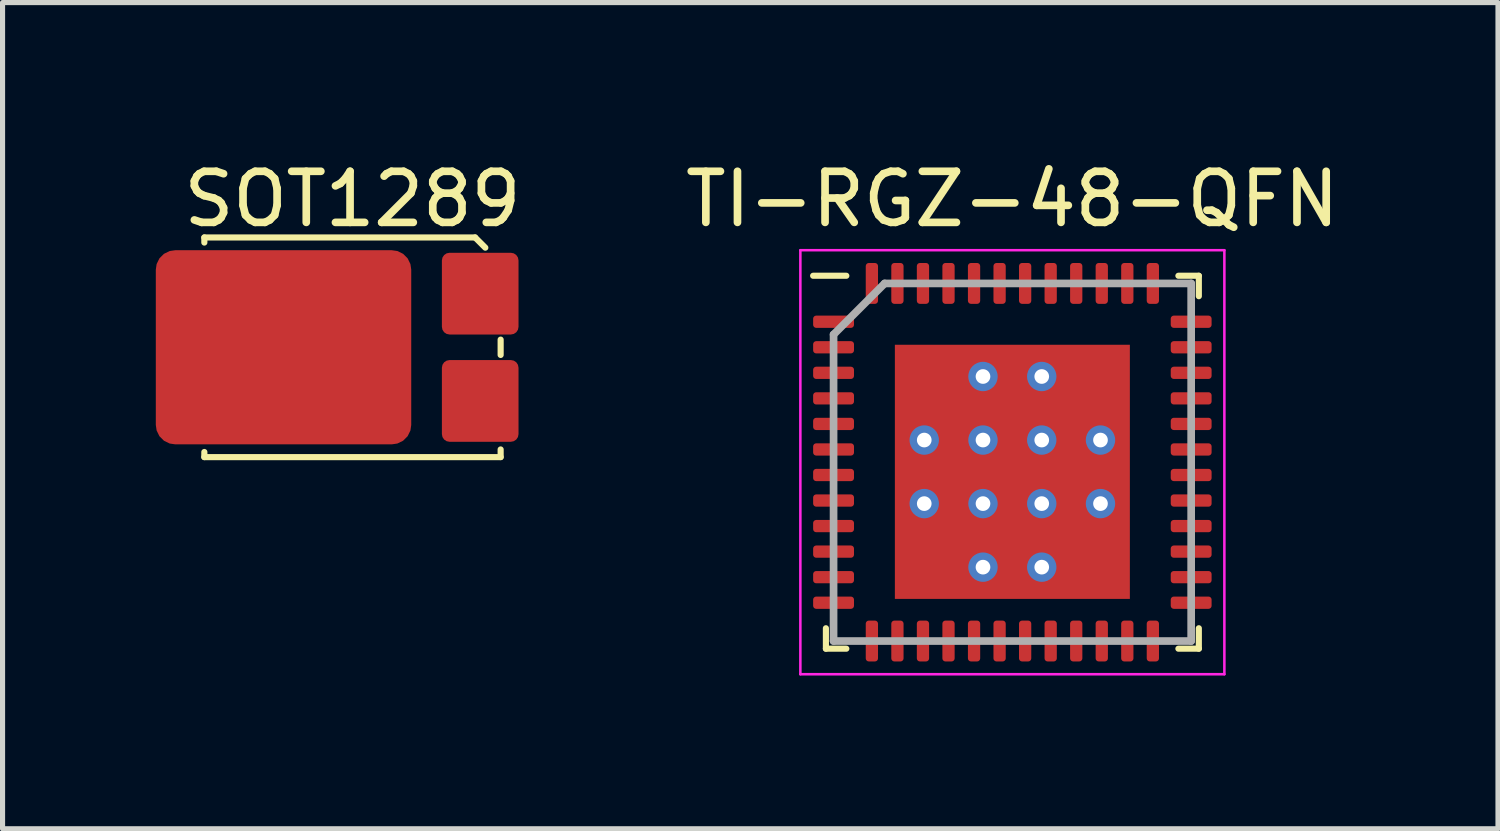
<source format=kicad_pcb>
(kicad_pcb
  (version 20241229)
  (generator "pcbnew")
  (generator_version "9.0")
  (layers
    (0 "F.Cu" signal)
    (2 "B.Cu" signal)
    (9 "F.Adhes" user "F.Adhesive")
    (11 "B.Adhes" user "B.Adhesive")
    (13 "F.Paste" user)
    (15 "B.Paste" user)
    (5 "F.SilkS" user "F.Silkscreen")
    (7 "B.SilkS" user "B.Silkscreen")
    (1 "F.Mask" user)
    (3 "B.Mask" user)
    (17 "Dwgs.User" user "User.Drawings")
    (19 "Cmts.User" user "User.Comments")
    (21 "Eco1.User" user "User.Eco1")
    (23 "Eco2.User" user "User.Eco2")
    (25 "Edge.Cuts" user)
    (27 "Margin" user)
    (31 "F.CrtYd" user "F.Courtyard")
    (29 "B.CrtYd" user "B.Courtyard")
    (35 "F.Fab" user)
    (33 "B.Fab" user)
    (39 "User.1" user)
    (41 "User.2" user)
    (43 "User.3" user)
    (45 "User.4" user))
  (footprint "SOT1289"
    (layer "F.Cu")
    (at 3.85 3.748)
    (property "Reference" "SOT1289" (at 0 -2.9 0) (layer "F.SilkS") (effects (font (size 1 1) (thickness 0.15))))
    (attr through_hole)
    (fp_line (start -2.9 -2.15) (end -2.9 -2.05) (stroke (width 0.12) (type solid)) (layer "F.SilkS"))
    (fp_line (start -2.9 -2.15) (end 2.4 -2.15) (stroke (width 0.12) (type solid)) (layer "F.SilkS"))
    (fp_line (start -2.9 2.15) (end -2.9 2.05) (stroke (width 0.12) (type solid)) (layer "F.SilkS"))
    (fp_line (start -2.9 2.15) (end 2.9 2.15) (stroke (width 0.12) (type solid)) (layer "F.SilkS"))
    (fp_line (start 2.4 -2.15) (end 2.6 -1.95) (stroke (width 0.12) (type solid)) (layer "F.SilkS"))
    (fp_line (start 2.9 0.15) (end 2.9 -0.15) (stroke (width 0.12) (type solid)) (layer "F.SilkS"))
    (fp_line (start 2.9 2.15) (end 2.9 2) (stroke (width 0.12) (type solid)) (layer "F.SilkS"))
    (pad "1" smd roundrect (at 2.5 -1.05) (size 1.5 1.6) (layers "F.Cu" "F.Mask" "F.Paste") (roundrect_rratio 0.1))
    (pad "2" smd roundrect (at 2.5 1.05) (size 1.5 1.6) (layers "F.Cu" "F.Mask" "F.Paste") (roundrect_rratio 0.1))
    (pad "3" smd roundrect (at -1.35 0) (size 5 3.8) (layers "F.Cu" "F.Mask" "F.Paste") (roundrect_rratio 0.1)))
  (footprint "TI-RGZ-48-QFN"
    (layer "F.Cu")
    (at 16.767 5.998)
    (property "Reference" "TI-RGZ-48-QFN" (at 0 -5.15 0) (layer "F.SilkS") (effects (font (size 1 1) (thickness 0.15))))
    (attr smd)
    (fp_line (start -3.65 3.65) (end -3.65 3.25) (stroke (width 0.12) (type solid)) (layer "F.SilkS"))
    (fp_line (start -3.25 -3.65) (end -3.9 -3.65) (stroke (width 0.12) (type solid)) (layer "F.SilkS"))
    (fp_line (start -3.25 3.65) (end -3.65 3.65) (stroke (width 0.12) (type solid)) (layer "F.SilkS"))
    (fp_line (start 3.25 -3.65) (end 3.65 -3.65) (stroke (width 0.12) (type solid)) (layer "F.SilkS"))
    (fp_line (start 3.25 3.65) (end 3.65 3.65) (stroke (width 0.12) (type solid)) (layer "F.SilkS"))
    (fp_line (start 3.65 -3.65) (end 3.65 -3.25) (stroke (width 0.12) (type solid)) (layer "F.SilkS"))
    (fp_line (start 3.65 3.65) (end 3.65 3.25) (stroke (width 0.12) (type solid)) (layer "F.SilkS"))
    (fp_line (start -4.15 -4.15) (end 4.15 -4.15) (stroke (width 0.05) (type solid)) (layer "F.CrtYd"))
    (fp_line (start -4.15 4.15) (end -4.15 -4.15) (stroke (width 0.05) (type solid)) (layer "F.CrtYd"))
    (fp_line (start 4.15 -4.15) (end 4.15 4.15) (stroke (width 0.05) (type solid)) (layer "F.CrtYd"))
    (fp_line (start 4.15 4.15) (end -4.15 4.15) (stroke (width 0.05) (type solid)) (layer "F.CrtYd"))
    (fp_line (start -3.5 -2.5) (end -3.5 3.5) (stroke (width 0.15) (type solid)) (layer "F.Fab"))
    (fp_line (start -3.5 3.5) (end 3.5 3.5) (stroke (width 0.15) (type solid)) (layer "F.Fab"))
    (fp_line (start -2.5 -3.5) (end -3.5 -2.5) (stroke (width 0.15) (type solid)) (layer "F.Fab"))
    (fp_line (start 3.5 -3.5) (end -2.5 -3.5) (stroke (width 0.15) (type solid)) (layer "F.Fab"))
    (fp_line (start 3.5 3.5) (end 3.5 -3.5) (stroke (width 0.15) (type solid)) (layer "F.Fab"))
    (pad "1" smd roundrect (at -3.5 -2.75 90) (size 0.24 0.8) (layers "F.Cu" "F.Mask" "F.Paste") (roundrect_rratio 0.25))
    (pad "2" smd roundrect (at -3.5 -2.25 90) (size 0.24 0.8) (layers "F.Cu" "F.Mask" "F.Paste") (roundrect_rratio 0.25))
    (pad "3" smd roundrect (at -3.5 -1.75 90) (size 0.24 0.8) (layers "F.Cu" "F.Mask" "F.Paste") (roundrect_rratio 0.25))
    (pad "4" smd roundrect (at -3.5 -1.25 90) (size 0.24 0.8) (layers "F.Cu" "F.Mask" "F.Paste") (roundrect_rratio 0.25))
    (pad "5" smd roundrect (at -3.5 -0.75 90) (size 0.24 0.8) (layers "F.Cu" "F.Mask" "F.Paste") (roundrect_rratio 0.25))
    (pad "6" smd roundrect (at -3.5 -0.25 90) (size 0.24 0.8) (layers "F.Cu" "F.Mask" "F.Paste") (roundrect_rratio 0.25))
    (pad "7" smd roundrect (at -3.5 0.25 90) (size 0.24 0.8) (layers "F.Cu" "F.Mask" "F.Paste") (roundrect_rratio 0.25))
    (pad "8" smd roundrect (at -3.5 0.75 90) (size 0.24 0.8) (layers "F.Cu" "F.Mask" "F.Paste") (roundrect_rratio 0.25))
    (pad "9" smd roundrect (at -3.5 1.25 90) (size 0.24 0.8) (layers "F.Cu" "F.Mask" "F.Paste") (roundrect_rratio 0.25))
    (pad "10" smd roundrect (at -3.5 1.75 90) (size 0.24 0.8) (layers "F.Cu" "F.Mask" "F.Paste") (roundrect_rratio 0.25))
    (pad "11" smd roundrect (at -3.5 2.25 90) (size 0.24 0.8) (layers "F.Cu" "F.Mask" "F.Paste") (roundrect_rratio 0.25))
    (pad "12" smd roundrect (at -3.5 2.75 90) (size 0.24 0.8) (layers "F.Cu" "F.Mask" "F.Paste") (roundrect_rratio 0.25))
    (pad "13" smd roundrect (at -2.75 3.5) (size 0.24 0.8) (layers "F.Cu" "F.Mask" "F.Paste") (roundrect_rratio 0.25))
    (pad "14" smd roundrect (at -2.25 3.5) (size 0.24 0.8) (layers "F.Cu" "F.Mask" "F.Paste") (roundrect_rratio 0.25))
    (pad "15" smd roundrect (at -1.75 3.5) (size 0.24 0.8) (layers "F.Cu" "F.Mask" "F.Paste") (roundrect_rratio 0.25))
    (pad "16" smd roundrect (at -1.25 3.5) (size 0.24 0.8) (layers "F.Cu" "F.Mask" "F.Paste") (roundrect_rratio 0.25))
    (pad "17" smd roundrect (at -0.75 3.5) (size 0.24 0.8) (layers "F.Cu" "F.Mask" "F.Paste") (roundrect_rratio 0.25))
    (pad "18" smd roundrect (at -0.25 3.5) (size 0.24 0.8) (layers "F.Cu" "F.Mask" "F.Paste") (roundrect_rratio 0.25))
    (pad "19" smd roundrect (at 0.25 3.5) (size 0.24 0.8) (layers "F.Cu" "F.Mask" "F.Paste") (roundrect_rratio 0.25))
    (pad "20" smd roundrect (at 0.75 3.5) (size 0.24 0.8) (layers "F.Cu" "F.Mask" "F.Paste") (roundrect_rratio 0.25))
    (pad "21" smd roundrect (at 1.25 3.5) (size 0.24 0.8) (layers "F.Cu" "F.Mask" "F.Paste") (roundrect_rratio 0.25))
    (pad "22" smd roundrect (at 1.75 3.5) (size 0.24 0.8) (layers "F.Cu" "F.Mask" "F.Paste") (roundrect_rratio 0.25))
    (pad "23" smd roundrect (at 2.25 3.5) (size 0.24 0.8) (layers "F.Cu" "F.Mask" "F.Paste") (roundrect_rratio 0.25))
    (pad "24" smd roundrect (at 2.75 3.5) (size 0.24 0.8) (layers "F.Cu" "F.Mask" "F.Paste") (roundrect_rratio 0.25))
    (pad "25" smd roundrect (at 3.5 2.75 90) (size 0.24 0.8) (layers "F.Cu" "F.Mask" "F.Paste") (roundrect_rratio 0.25))
    (pad "26" smd roundrect (at 3.5 2.25 90) (size 0.24 0.8) (layers "F.Cu" "F.Mask" "F.Paste") (roundrect_rratio 0.25))
    (pad "27" smd roundrect (at 3.5 1.75 90) (size 0.24 0.8) (layers "F.Cu" "F.Mask" "F.Paste") (roundrect_rratio 0.25))
    (pad "28" smd roundrect (at 3.5 1.25 90) (size 0.24 0.8) (layers "F.Cu" "F.Mask" "F.Paste") (roundrect_rratio 0.25))
    (pad "29" smd roundrect (at 3.5 0.75 90) (size 0.24 0.8) (layers "F.Cu" "F.Mask" "F.Paste") (roundrect_rratio 0.25))
    (pad "30" smd roundrect (at 3.5 0.25 90) (size 0.24 0.8) (layers "F.Cu" "F.Mask" "F.Paste") (roundrect_rratio 0.25))
    (pad "31" smd roundrect (at 3.5 -0.25 90) (size 0.24 0.8) (layers "F.Cu" "F.Mask" "F.Paste") (roundrect_rratio 0.25))
    (pad "32" smd roundrect (at 3.5 -0.75 90) (size 0.24 0.8) (layers "F.Cu" "F.Mask" "F.Paste") (roundrect_rratio 0.25))
    (pad "33" smd roundrect (at 3.5 -1.25 90) (size 0.24 0.8) (layers "F.Cu" "F.Mask" "F.Paste") (roundrect_rratio 0.25))
    (pad "34" smd roundrect (at 3.5 -1.75 90) (size 0.24 0.8) (layers "F.Cu" "F.Mask" "F.Paste") (roundrect_rratio 0.25))
    (pad "35" smd roundrect (at 3.5 -2.25 90) (size 0.24 0.8) (layers "F.Cu" "F.Mask" "F.Paste") (roundrect_rratio 0.25))
    (pad "36" smd roundrect (at 3.5 -2.75 90) (size 0.24 0.8) (layers "F.Cu" "F.Mask" "F.Paste") (roundrect_rratio 0.25))
    (pad "37" smd roundrect (at 2.75 -3.5) (size 0.24 0.8) (layers "F.Cu" "F.Mask" "F.Paste") (roundrect_rratio 0.25))
    (pad "38" smd roundrect (at 2.25 -3.5) (size 0.24 0.8) (layers "F.Cu" "F.Mask" "F.Paste") (roundrect_rratio 0.25))
    (pad "39" smd roundrect (at 1.75 -3.5) (size 0.24 0.8) (layers "F.Cu" "F.Mask" "F.Paste") (roundrect_rratio 0.25))
    (pad "40" smd roundrect (at 1.25 -3.5) (size 0.24 0.8) (layers "F.Cu" "F.Mask" "F.Paste") (roundrect_rratio 0.25))
    (pad "41" smd roundrect (at 0.75 -3.5) (size 0.24 0.8) (layers "F.Cu" "F.Mask" "F.Paste") (roundrect_rratio 0.25))
    (pad "42" smd roundrect (at 0.25 -3.5) (size 0.24 0.8) (layers "F.Cu" "F.Mask" "F.Paste") (roundrect_rratio 0.25))
    (pad "43" smd roundrect (at -0.25 -3.5) (size 0.24 0.8) (layers "F.Cu" "F.Mask" "F.Paste") (roundrect_rratio 0.25))
    (pad "44" smd roundrect (at -0.75 -3.5) (size 0.24 0.8) (layers "F.Cu" "F.Mask" "F.Paste") (roundrect_rratio 0.25))
    (pad "45" smd roundrect (at -1.25 -3.5) (size 0.24 0.8) (layers "F.Cu" "F.Mask" "F.Paste") (roundrect_rratio 0.25))
    (pad "46" smd roundrect (at -1.75 -3.5) (size 0.24 0.8) (layers "F.Cu" "F.Mask" "F.Paste") (roundrect_rratio 0.25))
    (pad "47" smd roundrect (at -2.25 -3.5) (size 0.24 0.8) (layers "F.Cu" "F.Mask" "F.Paste") (roundrect_rratio 0.25))
    (pad "48" smd roundrect (at -2.75 -3.5) (size 0.24 0.8) (layers "F.Cu" "F.Mask" "F.Paste") (roundrect_rratio 0.25))
    (pad "49" thru_hole circle (at -1.725 -0.434) (size 0.575 0.575) (drill 0.287) (layers "*.Cu" "*.Mask"))
    (pad "49" thru_hole circle (at -1.725 0.81) (size 0.575 0.575) (drill 0.287) (layers "*.Cu" "*.Mask"))
    (pad "49" thru_hole circle (at -0.575 -1.678) (size 0.575 0.575) (drill 0.287) (layers "*.Cu" "*.Mask"))
    (pad "49" thru_hole circle (at -0.575 -0.434) (size 0.575 0.575) (drill 0.287) (layers "*.Cu" "*.Mask"))
    (pad "49" thru_hole circle (at -0.575 0.81) (size 0.575 0.575) (drill 0.287) (layers "*.Cu" "*.Mask"))
    (pad "49" thru_hole circle (at -0.575 2.054) (size 0.575 0.575) (drill 0.287) (layers "*.Cu" "*.Mask"))
    (pad "49" smd rect (at 0 0.188) (size 4.6 4.975) (layers "F.Cu" "F.Mask" "F.Paste"))
    (pad "49" thru_hole circle (at 0.575 -1.678) (size 0.575 0.575) (drill 0.287) (layers "*.Cu" "*.Mask"))
    (pad "49" thru_hole circle (at 0.575 -0.434) (size 0.575 0.575) (drill 0.287) (layers "*.Cu" "*.Mask"))
    (pad "49" thru_hole circle (at 0.575 0.81) (size 0.575 0.575) (drill 0.287) (layers "*.Cu" "*.Mask"))
    (pad "49" thru_hole circle (at 0.575 2.054) (size 0.575 0.575) (drill 0.287) (layers "*.Cu" "*.Mask"))
    (pad "49" thru_hole circle (at 1.725 -0.434) (size 0.575 0.575) (drill 0.287) (layers "*.Cu" "*.Mask"))
    (pad "49" thru_hole circle (at 1.725 0.81) (size 0.575 0.575) (drill 0.287) (layers "*.Cu" "*.Mask")))
  (gr_rect
    (start -3 -3)
    (end 26.273 13.173)
    (stroke (width 0.1) (type default))
    (fill no)
    (layer "Edge.Cuts")))
</source>
